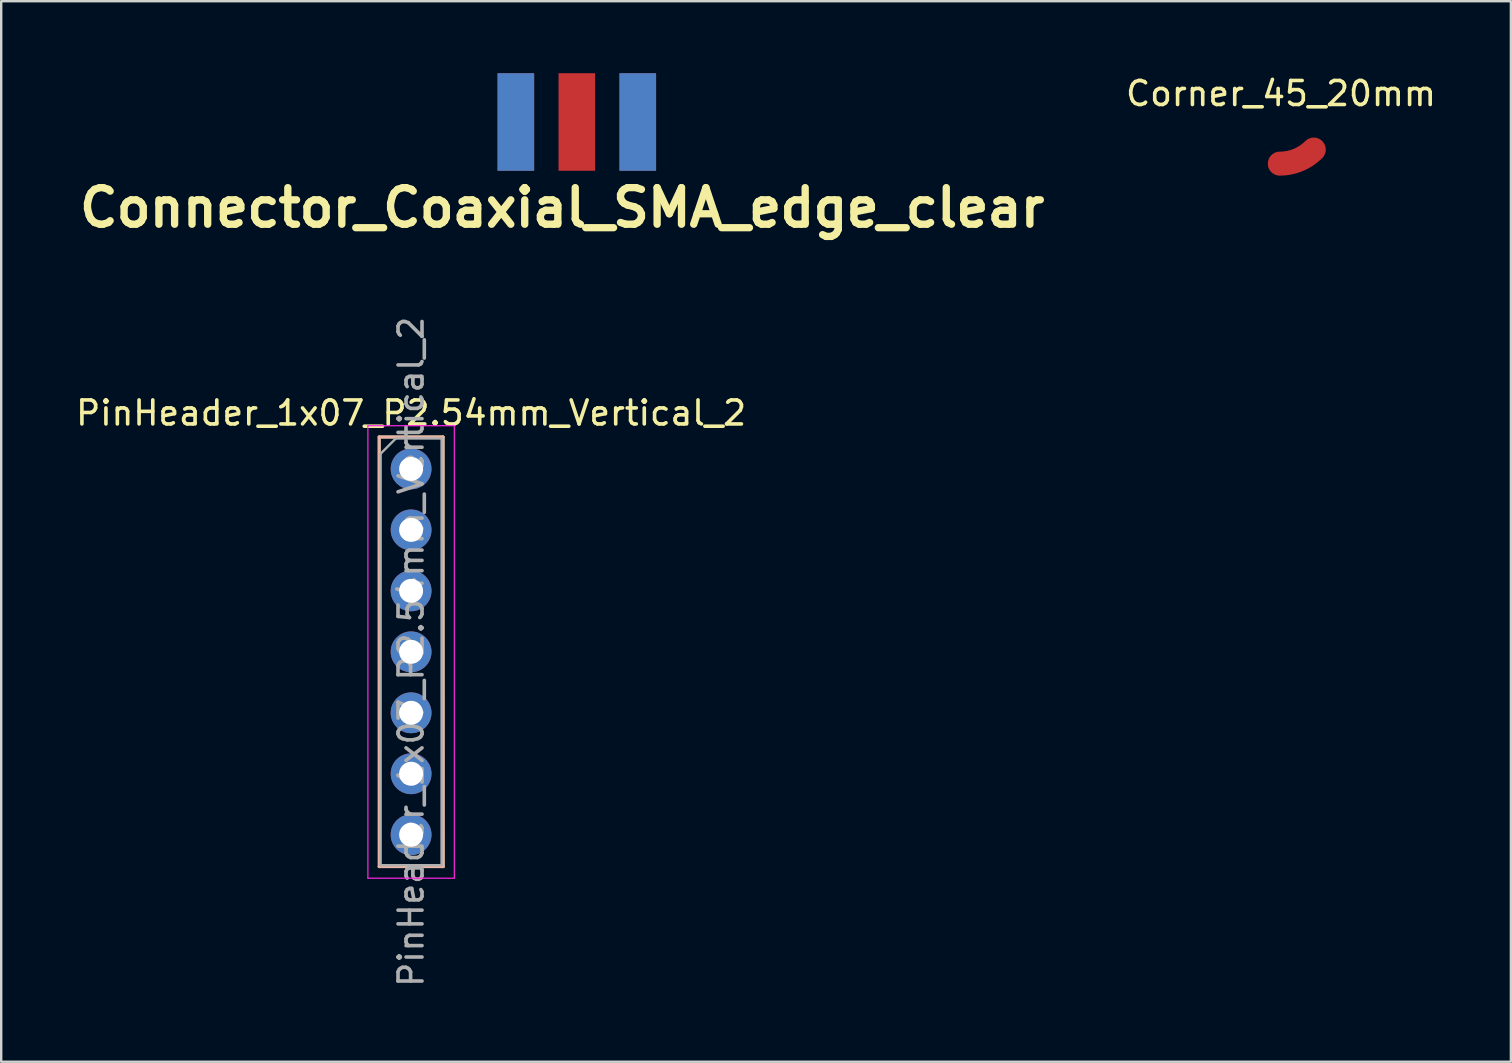
<source format=kicad_pcb>
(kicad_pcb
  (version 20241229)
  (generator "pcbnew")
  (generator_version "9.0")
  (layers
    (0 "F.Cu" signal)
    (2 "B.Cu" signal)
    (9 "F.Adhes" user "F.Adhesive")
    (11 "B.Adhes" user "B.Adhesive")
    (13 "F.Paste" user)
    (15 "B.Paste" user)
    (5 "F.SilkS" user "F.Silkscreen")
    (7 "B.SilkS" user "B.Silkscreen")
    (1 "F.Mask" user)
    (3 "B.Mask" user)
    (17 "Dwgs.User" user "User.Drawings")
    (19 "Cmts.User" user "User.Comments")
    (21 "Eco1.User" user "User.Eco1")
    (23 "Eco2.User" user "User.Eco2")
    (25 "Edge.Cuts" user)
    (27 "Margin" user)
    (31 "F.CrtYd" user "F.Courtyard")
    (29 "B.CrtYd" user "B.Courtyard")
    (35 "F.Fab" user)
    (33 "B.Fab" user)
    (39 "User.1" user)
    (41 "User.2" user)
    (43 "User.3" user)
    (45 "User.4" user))
  (footprint "Connector_Coaxial_SMA_edge_clear"
    (layer "F.Cu")
    (at 20.981 2.032)
    (property "Reference" "Connector_Coaxial_SMA_edge_clear" (at -0.61 3.57 0) (layer "F.SilkS") (effects (font (size 1.524 1.524) (thickness 0.305))))
    (attr through_hole)
    (pad "1" smd rect (at 0 0) (size 1.524 4.064) (layers "F.Cu" "F.Mask" "F.Paste"))
    (pad "2" smd rect (at -2.54 0) (size 1.524 4.064) (layers "F.Cu" "F.Mask" "F.Paste"))
    (pad "2" smd rect (at -2.54 0) (size 1.524 4.064) (layers "B.Cu" "B.Mask" "B.Paste"))
    (pad "2" smd rect (at 2.54 0) (size 1.524 4.064) (layers "F.Cu" "F.Mask" "F.Paste"))
    (pad "2" smd rect (at 2.54 0) (size 1.524 4.064) (layers "B.Cu" "B.Mask" "B.Paste")))
  (footprint "Corner_45_20mm"
    (layer "F.Cu")
    (at 50.269 1.768)
    (property "Reference" "Corner_45_20mm" (at 0.05 -0.92 0) (layer "F.SilkS") (effects (font (size 1 1) (thickness 0.15))))
    (attr through_hole)
    (fp_arc (start 1.414214 1.414214) (mid 0.765367 1.84776) (end 0 2) (stroke (width 1) (type solid)) (layer "F.Cu")))
  (footprint "PinHeader_1x07_P2.54mm_Vertical_2"
    (layer "F.Cu")
    (at 14.077 16.486)
    (property "Reference" "PinHeader_1x07_P2.54mm_Vertical_2" (at 0 -2.33 0) (layer "F.SilkS") (effects (font (size 1 1) (thickness 0.15))))
    (attr through_hole)
    (fp_line (start -1.33 -1.33) (end -1.33 16.57) (stroke (width 0.12) (type solid)) (layer "F.SilkS"))
    (fp_line (start -1.33 -1.33) (end 1.33 -1.33) (stroke (width 0.12) (type solid)) (layer "F.SilkS"))
    (fp_line (start -1.33 16.57) (end 1.33 16.57) (stroke (width 0.12) (type solid)) (layer "F.SilkS"))
    (fp_line (start 1.33 -1.33) (end 1.33 16.57) (stroke (width 0.12) (type solid)) (layer "F.SilkS"))
    (fp_line (start -1.33 -1.33) (end -1.32 16.57) (stroke (width 0.12) (type solid)) (layer "B.SilkS"))
    (fp_line (start -1.33 -1.33) (end 1.33 -1.33) (stroke (width 0.12) (type solid)) (layer "B.SilkS"))
    (fp_line (start -1.33 16.57) (end 1.33 16.57) (stroke (width 0.12) (type solid)) (layer "B.SilkS"))
    (fp_line (start 1.33 -1.33) (end 1.34 16.57) (stroke (width 0.12) (type solid)) (layer "B.SilkS"))
    (fp_line (start -1.8 -1.8) (end -1.8 17.05) (stroke (width 0.05) (type solid)) (layer "F.CrtYd"))
    (fp_line (start -1.8 17.05) (end 1.8 17.05) (stroke (width 0.05) (type solid)) (layer "F.CrtYd"))
    (fp_line (start 1.8 -1.8) (end -1.8 -1.8) (stroke (width 0.05) (type solid)) (layer "F.CrtYd"))
    (fp_line (start 1.8 17.05) (end 1.8 -1.8) (stroke (width 0.05) (type solid)) (layer "F.CrtYd"))
    (fp_line (start -1.27 -0.635) (end -0.635 -1.27) (stroke (width 0.1) (type solid)) (layer "F.Fab"))
    (fp_line (start -1.27 16.51) (end -1.27 -0.635) (stroke (width 0.1) (type solid)) (layer "F.Fab"))
    (fp_line (start -0.635 -1.27) (end 1.27 -1.27) (stroke (width 0.1) (type solid)) (layer "F.Fab"))
    (fp_line (start 1.27 -1.27) (end 1.27 16.51) (stroke (width 0.1) (type solid)) (layer "F.Fab"))
    (fp_line (start 1.27 16.51) (end -1.27 16.51) (stroke (width 0.1) (type solid)) (layer "F.Fab"))
    (fp_text user "${REFERENCE}" (at 0 7.62 90) (layer "F.Fab") (effects (font (size 1 1) (thickness 0.15))))
    (pad "1" thru_hole circle (at 0 0) (size 1.7 1.7) (drill 1) (layers "*.Cu" "*.Mask"))
    (pad "2" thru_hole oval (at 0 2.54) (size 1.7 1.7) (drill 1) (layers "*.Cu" "*.Mask"))
    (pad "3" thru_hole oval (at 0 5.08) (size 1.7 1.7) (drill 1) (layers "*.Cu" "*.Mask"))
    (pad "4" thru_hole oval (at 0 7.62) (size 1.7 1.7) (drill 1) (layers "*.Cu" "*.Mask"))
    (pad "5" thru_hole oval (at 0 10.16) (size 1.7 1.7) (drill 1) (layers "*.Cu" "*.Mask"))
    (pad "6" thru_hole oval (at 0 12.7) (size 1.7 1.7) (drill 1) (layers "*.Cu" "*.Mask"))
    (pad "7" thru_hole oval (at 0 15.24) (size 1.7 1.7) (drill 1) (layers "*.Cu" "*.Mask")))
  (gr_rect
    (start -3 -3)
    (end 59.896 41.183)
    (stroke (width 0.1) (type default))
    (fill no)
    (layer "Edge.Cuts")))
</source>
